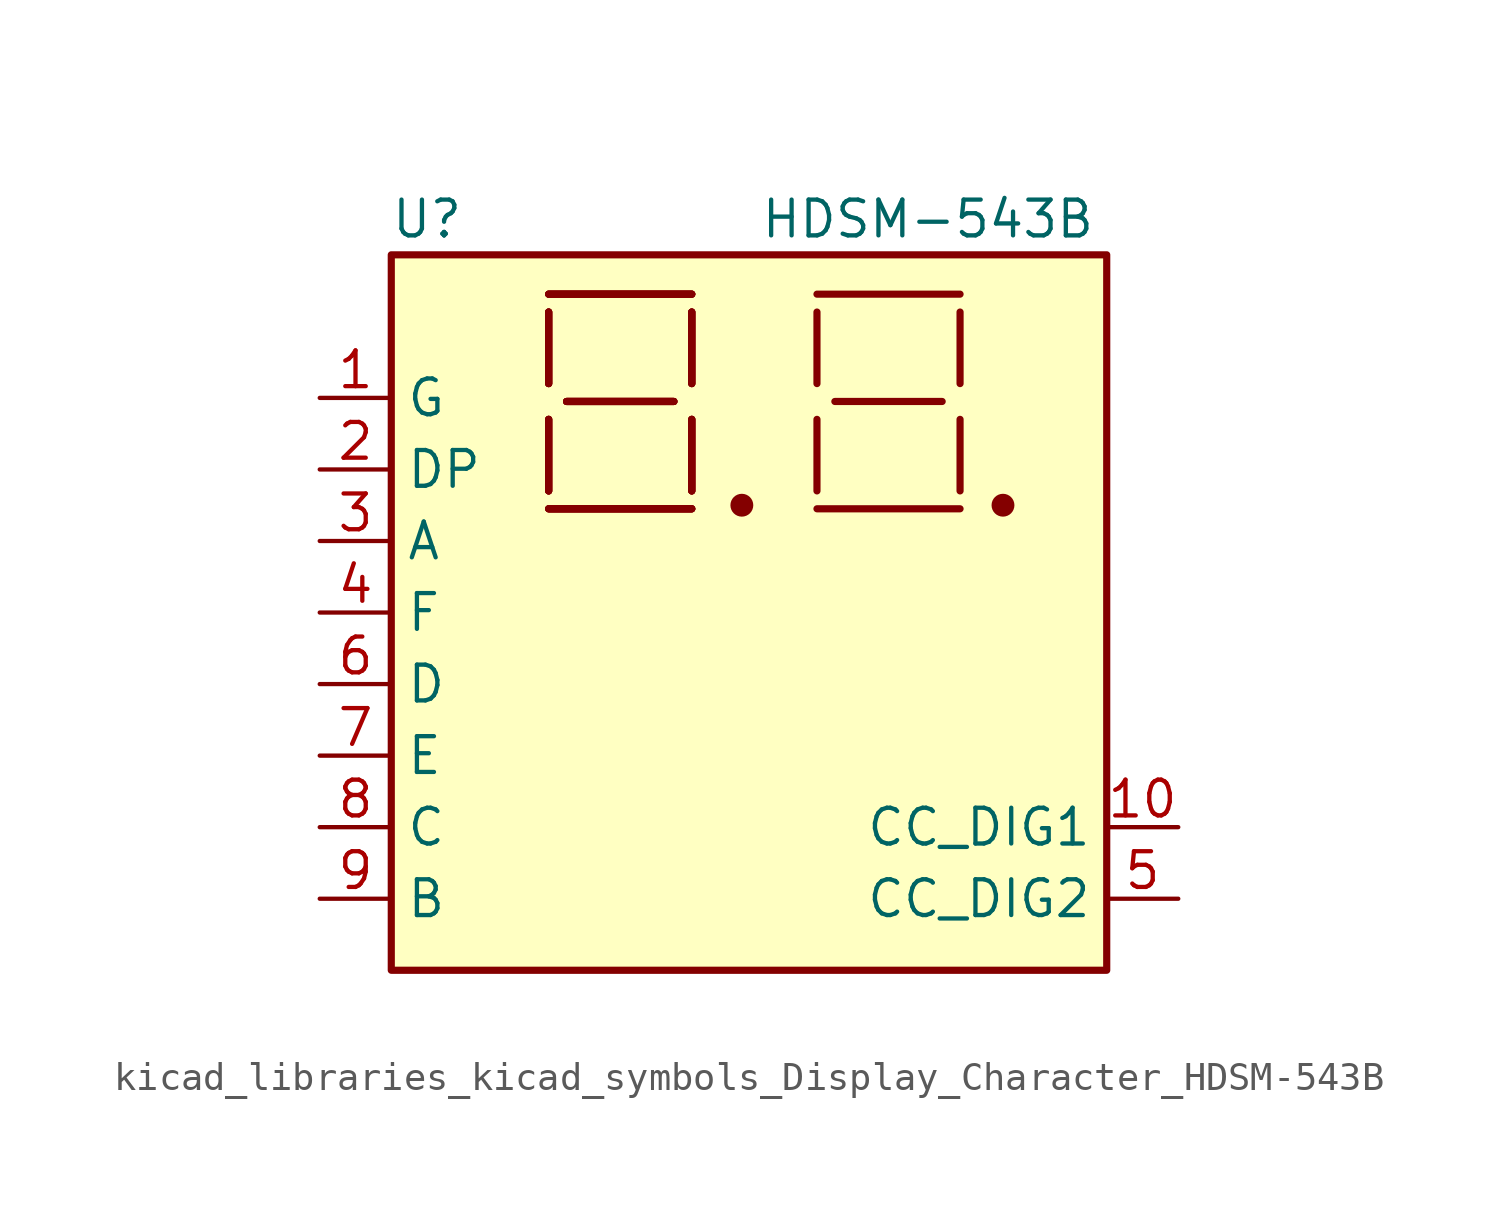
<source format=kicad_sym>
(kicad_symbol_lib
  (version 20220914)
  (generator kicad_symbol_editor)
  (symbol "kicad_libraries_kicad_symbols_Display_Character_HDSM-543B"
    (property "Reference" "U"
      (at -11.43 13.97 0)
      (effects (font (size 1.27 1.27))))
    (property "Value" "HDSM-543B"
      (at 6.35 13.97 0)
      (effects (font (size 1.27 1.27))))
    (symbol "kicad_libraries_kicad_symbols_Display_Character_HDSM-543B_0_1"
      (rectangle (start -12.7 12.7) (end 12.7 -12.7) (stroke (width 0.254) (type default)) (fill (type background)))
      (circle (center -0.254 3.81) (radius 0.279) (stroke (width 0.254) (type default)) (fill (type outline)))
      (polyline (pts (xy -7.112 3.683) (xy -2.032 3.683)) (stroke (width 0.254) (type default)) (fill (type none)))
      (polyline (pts (xy -7.112 3.683) (xy -2.032 3.683)) (stroke (width 0.254) (type default)) (fill (type none)))
      (polyline (pts (xy -7.112 3.683) (xy -2.032 3.683)) (stroke (width 0.254) (type default)) (fill (type none)))
      (polyline (pts (xy -7.112 3.683) (xy -2.032 3.683)) (stroke (width 0.254) (type default)) (fill (type none)))
      (polyline (pts (xy -7.112 4.318) (xy -7.112 6.858)) (stroke (width 0.254) (type default)) (fill (type none)))
      (polyline (pts (xy -7.112 4.318) (xy -7.112 6.858)) (stroke (width 0.254) (type default)) (fill (type none)))
      (polyline (pts (xy -7.112 4.318) (xy -7.112 6.858)) (stroke (width 0.254) (type default)) (fill (type none)))
      (polyline (pts (xy -7.112 4.318) (xy -7.112 6.858)) (stroke (width 0.254) (type default)) (fill (type none)))
      (polyline (pts (xy -7.112 8.128) (xy -7.112 10.668)) (stroke (width 0.254) (type default)) (fill (type none)))
      (polyline (pts (xy -7.112 8.128) (xy -7.112 10.668)) (stroke (width 0.254) (type default)) (fill (type none)))
      (polyline (pts (xy -7.112 8.128) (xy -7.112 10.668)) (stroke (width 0.254) (type default)) (fill (type none)))
      (polyline (pts (xy -7.112 8.128) (xy -7.112 10.668)) (stroke (width 0.254) (type default)) (fill (type none)))
      (polyline (pts (xy -7.112 11.303) (xy -2.032 11.303)) (stroke (width 0.254) (type default)) (fill (type none)))
      (polyline (pts (xy -7.112 11.303) (xy -2.032 11.303)) (stroke (width 0.254) (type default)) (fill (type none)))
      (polyline (pts (xy -7.112 11.303) (xy -2.032 11.303)) (stroke (width 0.254) (type default)) (fill (type none)))
      (polyline (pts (xy -7.112 11.303) (xy -2.032 11.303)) (stroke (width 0.254) (type default)) (fill (type none)))
      (polyline (pts (xy -6.477 7.493) (xy -2.667 7.493)) (stroke (width 0.254) (type default)) (fill (type none)))
      (polyline (pts (xy -6.477 7.493) (xy -2.667 7.493)) (stroke (width 0.254) (type default)) (fill (type none)))
      (polyline (pts (xy -6.477 7.493) (xy -2.667 7.493)) (stroke (width 0.254) (type default)) (fill (type none)))
      (polyline (pts (xy -6.477 7.493) (xy -2.667 7.493)) (stroke (width 0.254) (type default)) (fill (type none)))
      (polyline (pts (xy -2.032 4.318) (xy -2.032 6.858)) (stroke (width 0.254) (type default)) (fill (type none)))
      (polyline (pts (xy -2.032 4.318) (xy -2.032 6.858)) (stroke (width 0.254) (type default)) (fill (type none)))
      (polyline (pts (xy -2.032 4.318) (xy -2.032 6.858)) (stroke (width 0.254) (type default)) (fill (type none)))
      (polyline (pts (xy -2.032 4.318) (xy -2.032 6.858)) (stroke (width 0.254) (type default)) (fill (type none)))
      (polyline (pts (xy -2.032 10.668) (xy -2.032 8.128)) (stroke (width 0.254) (type default)) (fill (type none)))
      (polyline (pts (xy -2.032 10.668) (xy -2.032 8.128)) (stroke (width 0.254) (type default)) (fill (type none)))
      (polyline (pts (xy -2.032 10.668) (xy -2.032 8.128)) (stroke (width 0.254) (type default)) (fill (type none)))
      (polyline (pts (xy -2.032 10.668) (xy -2.032 8.128)) (stroke (width 0.254) (type default)) (fill (type none)))
      (polyline (pts (xy 2.413 3.683) (xy 7.493 3.683)) (stroke (width 0.254) (type default)) (fill (type none)))
      (polyline (pts (xy 2.413 4.318) (xy 2.413 6.858)) (stroke (width 0.254) (type default)) (fill (type none)))
      (polyline (pts (xy 2.413 8.128) (xy 2.413 10.668)) (stroke (width 0.254) (type default)) (fill (type none)))
      (polyline (pts (xy 2.413 11.303) (xy 7.493 11.303)) (stroke (width 0.254) (type default)) (fill (type none)))
      (polyline (pts (xy 3.048 7.493) (xy 6.858 7.493)) (stroke (width 0.254) (type default)) (fill (type none)))
      (polyline (pts (xy 7.493 4.318) (xy 7.493 6.858)) (stroke (width 0.254) (type default)) (fill (type none)))
      (polyline (pts (xy 7.493 8.128) (xy 7.493 10.668)) (stroke (width 0.254) (type default)) (fill (type none)))
      (circle (center 9.017 3.81) (radius 0.279) (stroke (width 0.254) (type default)) (fill (type outline))))
    (symbol "kicad_libraries_kicad_symbols_Display_Character_HDSM-543B_1_1"
      (pin input line (at -15.24 7.62 0) (length 2.54) (name "G" (effects (font (size 1.27 1.27)))) (number "1" (effects (font (size 1.27 1.27)))))
      (pin input line (at 15.24 -7.62 180) (length 2.54) (name "CC_DIG1" (effects (font (size 1.27 1.27)))) (number "10" (effects (font (size 1.27 1.27)))))
      (pin input line (at -15.24 5.08 0) (length 2.54) (name "DP" (effects (font (size 1.27 1.27)))) (number "2" (effects (font (size 1.27 1.27)))))
      (pin input line (at -15.24 2.54 0) (length 2.54) (name "A" (effects (font (size 1.27 1.27)))) (number "3" (effects (font (size 1.27 1.27)))))
      (pin input line (at -15.24 0 0) (length 2.54) (name "F" (effects (font (size 1.27 1.27)))) (number "4" (effects (font (size 1.27 1.27)))))
      (pin input line (at 15.24 -10.16 180) (length 2.54) (name "CC_DIG2" (effects (font (size 1.27 1.27)))) (number "5" (effects (font (size 1.27 1.27)))))
      (pin input line (at -15.24 -2.54 0) (length 2.54) (name "D" (effects (font (size 1.27 1.27)))) (number "6" (effects (font (size 1.27 1.27)))))
      (pin input line (at -15.24 -5.08 0) (length 2.54) (name "E" (effects (font (size 1.27 1.27)))) (number "7" (effects (font (size 1.27 1.27)))))
      (pin input line (at -15.24 -7.62 0) (length 2.54) (name "C" (effects (font (size 1.27 1.27)))) (number "8" (effects (font (size 1.27 1.27)))))
      (pin input line (at -15.24 -10.16 0) (length 2.54) (name "B" (effects (font (size 1.27 1.27)))) (number "9" (effects (font (size 1.27 1.27))))))))
</source>
